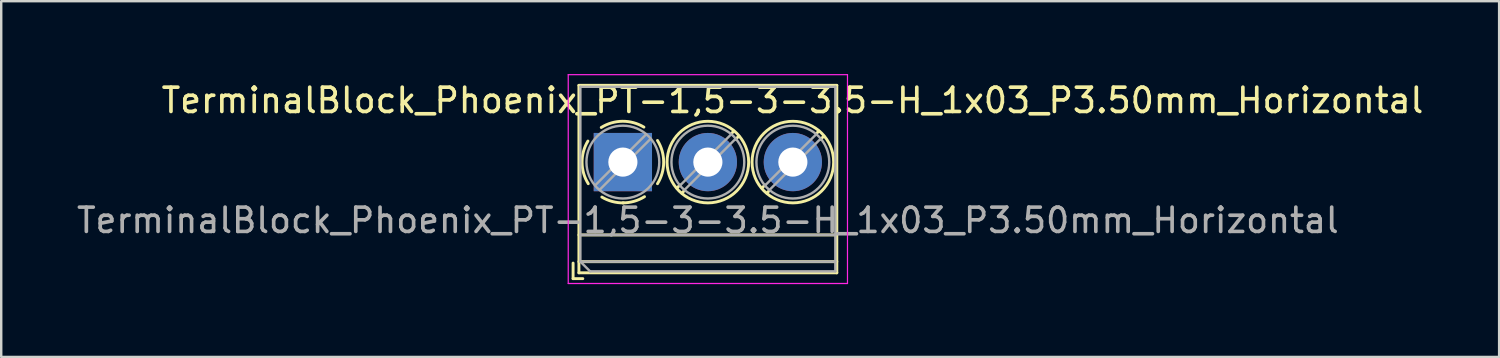
<source format=kicad_pcb>
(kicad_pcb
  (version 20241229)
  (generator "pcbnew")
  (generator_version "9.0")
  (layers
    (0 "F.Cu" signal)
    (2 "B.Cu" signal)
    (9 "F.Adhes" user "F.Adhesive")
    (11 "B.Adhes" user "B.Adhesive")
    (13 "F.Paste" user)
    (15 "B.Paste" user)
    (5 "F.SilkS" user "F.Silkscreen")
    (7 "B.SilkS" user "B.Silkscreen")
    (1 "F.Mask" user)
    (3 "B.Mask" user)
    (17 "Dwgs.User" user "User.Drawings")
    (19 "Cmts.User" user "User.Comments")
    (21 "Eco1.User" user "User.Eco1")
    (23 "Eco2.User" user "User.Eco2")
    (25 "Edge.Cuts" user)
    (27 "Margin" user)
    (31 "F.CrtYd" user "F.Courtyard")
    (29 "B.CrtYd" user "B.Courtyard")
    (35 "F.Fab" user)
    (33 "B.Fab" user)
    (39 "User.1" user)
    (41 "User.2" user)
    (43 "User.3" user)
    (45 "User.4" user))
  (footprint "TerminalBlock_Phoenix_PT-1,5-3-3.5-H_1x03_P3.50mm_Horizontal"
    (layer "F.Cu")
    (at 22.601 3.625)
    (property "Reference" "TerminalBlock_Phoenix_PT-1,5-3-3.5-H_1x03_P3.50mm_Horizontal" (at 6.985 -2.54 0) (layer "F.SilkS") (effects (font (size 1 1) (thickness 0.15))))
    (attr through_hole)
    (fp_line (start -2.05 4.16) (end -2.05 4.8) (stroke (width 0.12) (type solid)) (layer "F.SilkS"))
    (fp_line (start -2.05 4.8) (end -1.65 4.8) (stroke (width 0.12) (type solid)) (layer "F.SilkS"))
    (fp_line (start -1.81 -3.16) (end -1.81 4.56) (stroke (width 0.12) (type solid)) (layer "F.SilkS"))
    (fp_line (start -1.81 -3.16) (end 8.81 -3.16) (stroke (width 0.12) (type solid)) (layer "F.SilkS"))
    (fp_line (start -1.81 3) (end 8.81 3) (stroke (width 0.12) (type solid)) (layer "F.SilkS"))
    (fp_line (start -1.81 4.1) (end 8.81 4.1) (stroke (width 0.12) (type solid)) (layer "F.SilkS"))
    (fp_line (start -1.81 4.56) (end 8.81 4.56) (stroke (width 0.12) (type solid)) (layer "F.SilkS"))
    (fp_line (start 2.355 0.941) (end 2.226 1.069) (stroke (width 0.12) (type solid)) (layer "F.SilkS"))
    (fp_line (start 2.525 1.181) (end 2.431 1.274) (stroke (width 0.12) (type solid)) (layer "F.SilkS"))
    (fp_line (start 4.57 -1.275) (end 4.476 -1.181) (stroke (width 0.12) (type solid)) (layer "F.SilkS"))
    (fp_line (start 4.775 -1.069) (end 4.646 -0.941) (stroke (width 0.12) (type solid)) (layer "F.SilkS"))
    (fp_line (start 5.855 0.941) (end 5.726 1.069) (stroke (width 0.12) (type solid)) (layer "F.SilkS"))
    (fp_line (start 6.025 1.181) (end 5.931 1.274) (stroke (width 0.12) (type solid)) (layer "F.SilkS"))
    (fp_line (start 8.07 -1.275) (end 7.976 -1.181) (stroke (width 0.12) (type solid)) (layer "F.SilkS"))
    (fp_line (start 8.275 -1.069) (end 8.146 -0.941) (stroke (width 0.12) (type solid)) (layer "F.SilkS"))
    (fp_line (start 8.81 -3.16) (end 8.81 4.56) (stroke (width 0.12) (type solid)) (layer "F.SilkS"))
    (fp_arc (start -1.425358 0.889894) (mid -1.680286 0.014012) (end -1.44 -0.866) (stroke (width 0.12) (type solid)) (layer "F.SilkS"))
    (fp_arc (start -0.889894 -1.425358) (mid -0.014012 -1.680286) (end 0.866 -1.44) (stroke (width 0.12) (type solid)) (layer "F.SilkS"))
    (fp_arc (start 0.028674 1.680099) (mid -0.435535 1.622918) (end -0.866 1.44) (stroke (width 0.12) (type solid)) (layer "F.SilkS"))
    (fp_arc (start 0.890264 1.424721) (mid 0.463071 1.61492) (end 0 1.68) (stroke (width 0.12) (type solid)) (layer "F.SilkS"))
    (fp_arc (start 1.425504 -0.890193) (mid 1.680626 0.000476) (end 1.425 0.891) (stroke (width 0.12) (type solid)) (layer "F.SilkS"))
    (fp_circle (center 3.5 0) (end 5.18 0) (stroke (width 0.12) (type solid)) (fill no) (layer "F.SilkS"))
    (fp_circle (center 7 0) (end 8.68 0) (stroke (width 0.12) (type solid)) (fill no) (layer "F.SilkS"))
    (fp_line (start -2.25 -3.6) (end -2.25 5) (stroke (width 0.05) (type solid)) (layer "F.CrtYd"))
    (fp_line (start -2.25 5) (end 9.25 5) (stroke (width 0.05) (type solid)) (layer "F.CrtYd"))
    (fp_line (start 9.25 -3.6) (end -2.25 -3.6) (stroke (width 0.05) (type solid)) (layer "F.CrtYd"))
    (fp_line (start 9.25 5) (end 9.25 -3.6) (stroke (width 0.05) (type solid)) (layer "F.CrtYd"))
    (fp_line (start -1.75 -3.1) (end 8.75 -3.1) (stroke (width 0.1) (type solid)) (layer "F.Fab"))
    (fp_line (start -1.75 3) (end 8.75 3) (stroke (width 0.1) (type solid)) (layer "F.Fab"))
    (fp_line (start -1.75 4.1) (end -1.75 -3.1) (stroke (width 0.1) (type solid)) (layer "F.Fab"))
    (fp_line (start -1.75 4.1) (end 8.75 4.1) (stroke (width 0.1) (type solid)) (layer "F.Fab"))
    (fp_line (start -1.35 4.5) (end -1.75 4.1) (stroke (width 0.1) (type solid)) (layer "F.Fab"))
    (fp_line (start 0.955 -1.138) (end -1.138 0.955) (stroke (width 0.1) (type solid)) (layer "F.Fab"))
    (fp_line (start 1.138 -0.955) (end -0.955 1.138) (stroke (width 0.1) (type solid)) (layer "F.Fab"))
    (fp_line (start 4.455 -1.138) (end 2.363 0.955) (stroke (width 0.1) (type solid)) (layer "F.Fab"))
    (fp_line (start 4.638 -0.955) (end 2.546 1.138) (stroke (width 0.1) (type solid)) (layer "F.Fab"))
    (fp_line (start 7.955 -1.138) (end 5.863 0.955) (stroke (width 0.1) (type solid)) (layer "F.Fab"))
    (fp_line (start 8.138 -0.955) (end 6.046 1.138) (stroke (width 0.1) (type solid)) (layer "F.Fab"))
    (fp_line (start 8.75 -3.1) (end 8.75 4.5) (stroke (width 0.1) (type solid)) (layer "F.Fab"))
    (fp_line (start 8.75 4.5) (end -1.35 4.5) (stroke (width 0.1) (type solid)) (layer "F.Fab"))
    (fp_circle (center 0 0) (end 1.5 0) (stroke (width 0.1) (type solid)) (fill no) (layer "F.Fab"))
    (fp_circle (center 3.5 0) (end 5 0) (stroke (width 0.1) (type solid)) (fill no) (layer "F.Fab"))
    (fp_circle (center 7 0) (end 8.5 0) (stroke (width 0.1) (type solid)) (fill no) (layer "F.Fab"))
    (fp_text user "${REFERENCE}" (at 3.5 2.4 0) (layer "F.Fab") (effects (font (size 1 1) (thickness 0.15))))
    (pad "1" thru_hole rect (at 0 0) (size 2.4 2.4) (drill 1.2) (layers "*.Cu" "*.Mask"))
    (pad "2" thru_hole circle (at 3.5 0) (size 2.4 2.4) (drill 1.2) (layers "*.Cu" "*.Mask"))
    (pad "3" thru_hole circle (at 7 0) (size 2.4 2.4) (drill 1.2) (layers "*.Cu" "*.Mask")))
  (gr_rect
    (start -3 -3)
    (end 58.687 11.65)
    (stroke (width 0.1) (type default))
    (fill no)
    (layer "Edge.Cuts")))
</source>
